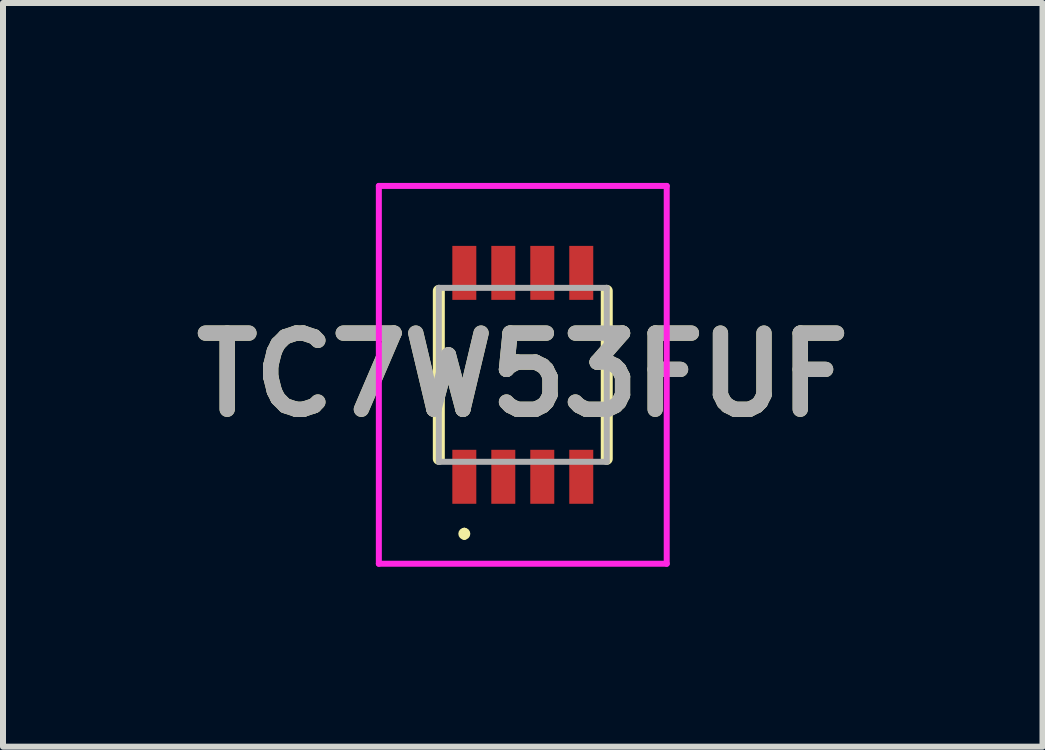
<source format=kicad_pcb>
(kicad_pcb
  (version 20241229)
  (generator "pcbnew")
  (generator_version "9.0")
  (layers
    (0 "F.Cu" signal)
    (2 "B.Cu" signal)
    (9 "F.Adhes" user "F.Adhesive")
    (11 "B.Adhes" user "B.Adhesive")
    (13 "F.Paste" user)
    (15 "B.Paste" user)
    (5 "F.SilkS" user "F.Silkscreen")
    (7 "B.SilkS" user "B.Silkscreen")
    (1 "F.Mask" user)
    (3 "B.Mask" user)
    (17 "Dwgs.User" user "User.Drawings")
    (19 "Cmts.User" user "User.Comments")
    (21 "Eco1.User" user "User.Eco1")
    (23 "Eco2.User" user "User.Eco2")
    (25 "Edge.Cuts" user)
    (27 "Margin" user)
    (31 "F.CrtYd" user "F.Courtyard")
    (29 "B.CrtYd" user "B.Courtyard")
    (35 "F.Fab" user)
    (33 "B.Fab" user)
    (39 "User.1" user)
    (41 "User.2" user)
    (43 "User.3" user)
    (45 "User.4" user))
  (footprint "TC7W53FUF"
    (layer "F.Cu")
    (at 5.667 3.2)
    (property "Reference" "TC7W53FUF" (at 0 0 0) (layer "F.SilkS") (effects (font (size 1.27 1.27) (thickness 0.254))))
    (attr smd)
    (fp_line (start -1.4 -1.4) (end -1.4 1.4) (stroke (width 0.2) (type solid)) (layer "F.SilkS"))
    (fp_line (start -0.975 2.6) (end -0.975 2.6) (stroke (width 0.1) (type solid)) (layer "F.SilkS"))
    (fp_line (start -0.975 2.7) (end -0.975 2.7) (stroke (width 0.1) (type solid)) (layer "F.SilkS"))
    (fp_line (start 1.4 -1.4) (end 1.4 1.4) (stroke (width 0.2) (type solid)) (layer "F.SilkS"))
    (fp_arc (start -0.975 2.6) (mid -0.925 2.65) (end -0.975 2.7) (stroke (width 0.1) (type solid)) (layer "F.SilkS"))
    (fp_arc (start -0.975 2.7) (mid -1.025 2.65) (end -0.975 2.6) (stroke (width 0.1) (type solid)) (layer "F.SilkS"))
    (fp_line (start -2.4 -3.15) (end 2.4 -3.15) (stroke (width 0.1) (type solid)) (layer "F.CrtYd"))
    (fp_line (start -2.4 3.15) (end -2.4 -3.15) (stroke (width 0.1) (type solid)) (layer "F.CrtYd"))
    (fp_line (start 2.4 -3.15) (end 2.4 3.15) (stroke (width 0.1) (type solid)) (layer "F.CrtYd"))
    (fp_line (start 2.4 3.15) (end -2.4 3.15) (stroke (width 0.1) (type solid)) (layer "F.CrtYd"))
    (fp_line (start -1.4 -1.45) (end 1.4 -1.45) (stroke (width 0.1) (type solid)) (layer "F.Fab"))
    (fp_line (start -1.4 1.45) (end -1.4 -1.45) (stroke (width 0.1) (type solid)) (layer "F.Fab"))
    (fp_line (start 1.4 -1.45) (end 1.4 1.45) (stroke (width 0.1) (type solid)) (layer "F.Fab"))
    (fp_line (start 1.4 1.45) (end -1.4 1.45) (stroke (width 0.1) (type solid)) (layer "F.Fab"))
    (fp_text user "${REFERENCE}" (at 0 0 0) (layer "F.Fab") (effects (font (size 1.27 1.27) (thickness 0.254))))
    (pad "1" smd rect (at -0.975 1.7) (size 0.4 0.9) (layers "F.Cu" "F.Mask" "F.Paste"))
    (pad "2" smd rect (at -0.325 1.7) (size 0.4 0.9) (layers "F.Cu" "F.Mask" "F.Paste"))
    (pad "3" smd rect (at 0.325 1.7) (size 0.4 0.9) (layers "F.Cu" "F.Mask" "F.Paste"))
    (pad "4" smd rect (at 0.975 1.7) (size 0.4 0.9) (layers "F.Cu" "F.Mask" "F.Paste"))
    (pad "5" smd rect (at 0.975 -1.7) (size 0.4 0.9) (layers "F.Cu" "F.Mask" "F.Paste"))
    (pad "6" smd rect (at 0.325 -1.7) (size 0.4 0.9) (layers "F.Cu" "F.Mask" "F.Paste"))
    (pad "7" smd rect (at -0.325 -1.7) (size 0.4 0.9) (layers "F.Cu" "F.Mask" "F.Paste"))
    (pad "8" smd rect (at -0.975 -1.7) (size 0.4 0.9) (layers "F.Cu" "F.Mask" "F.Paste")))
  (gr_rect
    (start -3 -3)
    (end 14.333 9.4)
    (stroke (width 0.1) (type default))
    (fill no)
    (layer "Edge.Cuts")))
</source>
